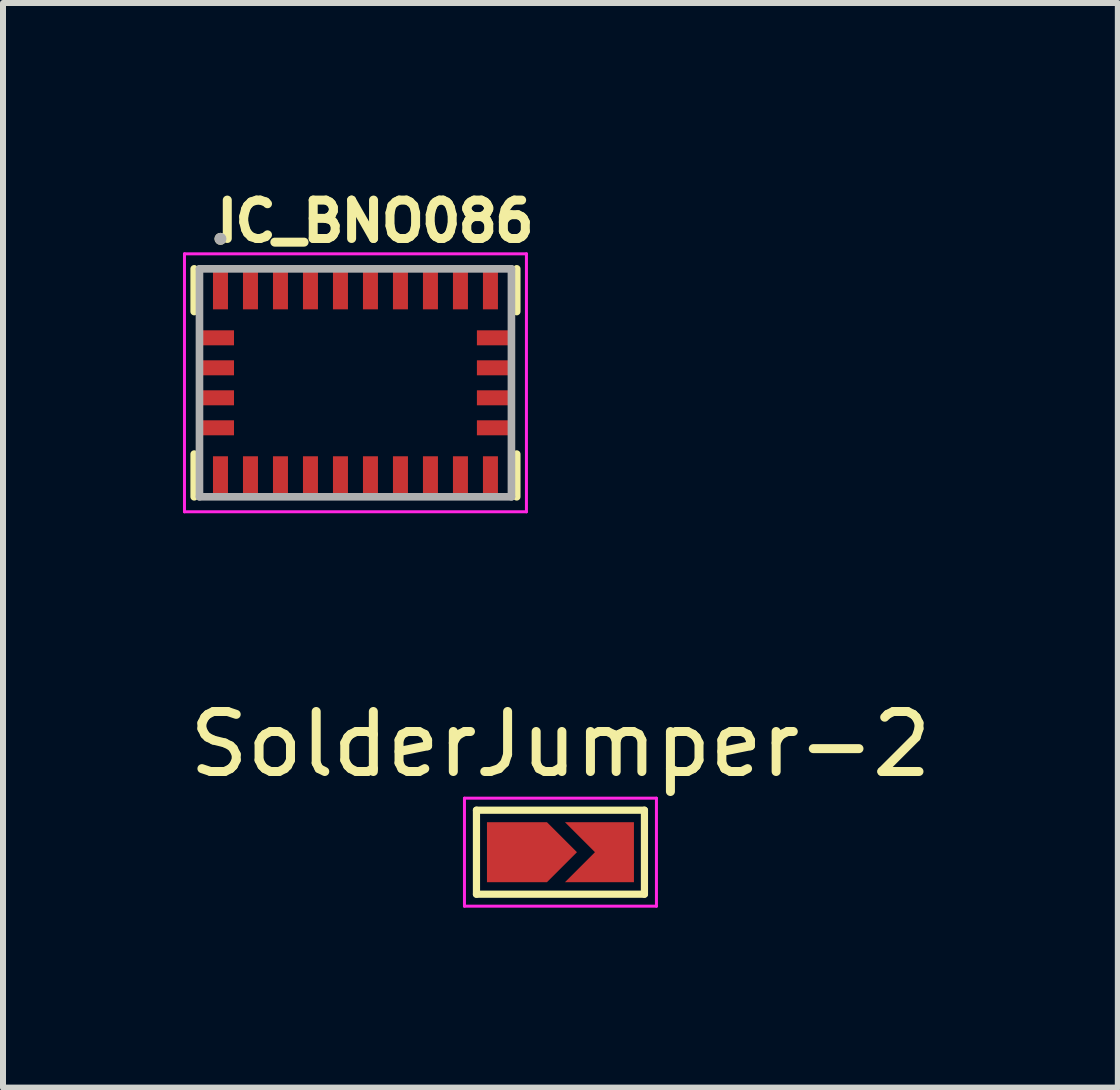
<source format=kicad_pcb>
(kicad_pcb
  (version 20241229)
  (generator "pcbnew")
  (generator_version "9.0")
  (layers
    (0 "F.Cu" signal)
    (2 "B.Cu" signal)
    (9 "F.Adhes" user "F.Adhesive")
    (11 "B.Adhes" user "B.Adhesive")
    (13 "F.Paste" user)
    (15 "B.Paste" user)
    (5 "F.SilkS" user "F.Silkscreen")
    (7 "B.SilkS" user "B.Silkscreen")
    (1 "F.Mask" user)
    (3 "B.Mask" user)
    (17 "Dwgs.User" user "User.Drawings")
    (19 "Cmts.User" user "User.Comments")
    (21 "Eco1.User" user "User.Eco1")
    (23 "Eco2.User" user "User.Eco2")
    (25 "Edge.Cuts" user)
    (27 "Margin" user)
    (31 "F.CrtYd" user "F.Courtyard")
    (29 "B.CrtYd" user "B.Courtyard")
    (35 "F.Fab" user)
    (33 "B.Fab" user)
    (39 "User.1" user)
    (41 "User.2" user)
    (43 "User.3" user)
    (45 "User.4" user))
  (footprint "SolderJumper-2"
    (layer "F.Cu")
    (at 6.292 11.155)
    (property "Reference" "SolderJumper-2" (at 0 -1.8 0) (layer "F.SilkS") (effects (font (size 1 1) (thickness 0.15))))
    (attr exclude_from_pos_files exclude_from_bom allow_soldermask_bridges)
    (fp_rect (start -1.225 -0.5) (end 1.225 0.5) (stroke (width 0) (type default)) (fill yes) (layer "F.Mask"))
    (fp_line (start -1.4 -0.7) (end 1.4 -0.7) (stroke (width 0.12) (type solid)) (layer "F.SilkS"))
    (fp_line (start -1.4 0.7) (end -1.4 -0.7) (stroke (width 0.12) (type solid)) (layer "F.SilkS"))
    (fp_line (start 1.4 -0.7) (end 1.4 0.7) (stroke (width 0.12) (type solid)) (layer "F.SilkS"))
    (fp_line (start 1.4 0.7) (end -1.4 0.7) (stroke (width 0.12) (type solid)) (layer "F.SilkS"))
    (fp_line (start -1.6 -0.9) (end -1.6 0.9) (stroke (width 0.05) (type solid)) (layer "F.CrtYd"))
    (fp_line (start -1.6 -0.9) (end 1.6 -0.9) (stroke (width 0.05) (type solid)) (layer "F.CrtYd"))
    (fp_line (start 1.6 0.9) (end -1.6 0.9) (stroke (width 0.05) (type solid)) (layer "F.CrtYd"))
    (fp_line (start 1.6 0.9) (end 1.6 -0.9) (stroke (width 0.05) (type solid)) (layer "F.CrtYd"))
    (pad "1" smd custom (at -0.725 0) (size 0.3 0.3) (layers "F.Cu" "F.Mask") (options (anchor rect)) (primitives (gr_poly (pts (xy 1 0) (xy 0.5 0.5) (xy -0.5 0.5) (xy -0.5 -0.5) (xy 0.5 -0.5)) (width 0) (fill yes))))
    (pad "2" smd custom (at 0.725 0) (size 0.3 0.3) (layers "F.Cu" "F.Mask") (options (anchor rect)) (primitives (gr_poly (pts (xy 0.5 0.5) (xy -0.65 0.5) (xy -0.15 0) (xy -0.65 -0.5) (xy 0.5 -0.5)) (width 0) (fill yes)))))
  (footprint "IC_BNO086"
    (layer "F.Cu")
    (at 2.875 3.331)
    (property "Reference" "IC_BNO086" (at 0.332 -2.694 0) (layer "F.SilkS") (effects (font (size 0.64 0.64) (thickness 0.15))))
    (attr smd)
    (fp_line (start -2.688 -1.9) (end -2.688 -1.188) (stroke (width 0.127) (type solid)) (layer "F.SilkS"))
    (fp_line (start -2.688 1.9) (end -2.688 1.188) (stroke (width 0.127) (type solid)) (layer "F.SilkS"))
    (fp_line (start 2.688 -1.9) (end 2.688 -1.188) (stroke (width 0.127) (type solid)) (layer "F.SilkS"))
    (fp_line (start 2.688 1.9) (end 2.688 1.188) (stroke (width 0.127) (type solid)) (layer "F.SilkS"))
    (fp_circle (center -2.25 -2.4) (end -2.2 -2.4) (stroke (width 0.1) (type solid)) (fill no) (layer "F.SilkS"))
    (fp_line (start -2.85 -2.15) (end 2.85 -2.15) (stroke (width 0.05) (type solid)) (layer "F.CrtYd"))
    (fp_line (start -2.85 2.15) (end -2.85 -2.15) (stroke (width 0.05) (type solid)) (layer "F.CrtYd"))
    (fp_line (start 2.85 -2.15) (end 2.85 2.15) (stroke (width 0.05) (type solid)) (layer "F.CrtYd"))
    (fp_line (start 2.85 2.15) (end -2.85 2.15) (stroke (width 0.05) (type solid)) (layer "F.CrtYd"))
    (fp_line (start -2.6 -1.9) (end 2.6 -1.9) (stroke (width 0.127) (type solid)) (layer "F.Fab"))
    (fp_line (start -2.6 1.9) (end -2.6 -1.9) (stroke (width 0.127) (type solid)) (layer "F.Fab"))
    (fp_line (start 2.6 -1.9) (end 2.6 1.9) (stroke (width 0.127) (type solid)) (layer "F.Fab"))
    (fp_line (start 2.6 1.9) (end -2.6 1.9) (stroke (width 0.127) (type solid)) (layer "F.Fab"))
    (fp_circle (center -2.25 -2.4) (end -2.2 -2.4) (stroke (width 0.1) (type solid)) (fill no) (layer "F.Fab"))
    (pad "1" smd rect (at -2.25 -1.562) (size 0.25 0.675) (layers "F.Cu" "F.Mask" "F.Paste"))
    (pad "2" smd rect (at -2.312 -0.75) (size 0.575 0.25) (layers "F.Cu" "F.Mask" "F.Paste"))
    (pad "3" smd rect (at -2.312 -0.25) (size 0.575 0.25) (layers "F.Cu" "F.Mask" "F.Paste"))
    (pad "4" smd rect (at -2.312 0.25) (size 0.575 0.25) (layers "F.Cu" "F.Mask" "F.Paste"))
    (pad "5" smd rect (at -2.312 0.75) (size 0.575 0.25) (layers "F.Cu" "F.Mask" "F.Paste"))
    (pad "6" smd rect (at -2.25 1.562) (size 0.25 0.675) (layers "F.Cu" "F.Mask" "F.Paste"))
    (pad "7" smd rect (at -1.75 1.562) (size 0.25 0.675) (layers "F.Cu" "F.Mask" "F.Paste"))
    (pad "8" smd rect (at -1.25 1.562) (size 0.25 0.675) (layers "F.Cu" "F.Mask" "F.Paste"))
    (pad "9" smd rect (at -0.75 1.562) (size 0.25 0.675) (layers "F.Cu" "F.Mask" "F.Paste"))
    (pad "10" smd rect (at -0.25 1.562) (size 0.25 0.675) (layers "F.Cu" "F.Mask" "F.Paste"))
    (pad "11" smd rect (at 0.25 1.562) (size 0.25 0.675) (layers "F.Cu" "F.Mask" "F.Paste"))
    (pad "12" smd rect (at 0.75 1.562) (size 0.25 0.675) (layers "F.Cu" "F.Mask" "F.Paste"))
    (pad "13" smd rect (at 1.25 1.562) (size 0.25 0.675) (layers "F.Cu" "F.Mask" "F.Paste"))
    (pad "14" smd rect (at 1.75 1.562) (size 0.25 0.675) (layers "F.Cu" "F.Mask" "F.Paste"))
    (pad "15" smd rect (at 2.25 1.562) (size 0.25 0.675) (layers "F.Cu" "F.Mask" "F.Paste"))
    (pad "16" smd rect (at 2.312 0.75) (size 0.575 0.25) (layers "F.Cu" "F.Mask" "F.Paste"))
    (pad "17" smd rect (at 2.312 0.25) (size 0.575 0.25) (layers "F.Cu" "F.Mask" "F.Paste"))
    (pad "18" smd rect (at 2.312 -0.25) (size 0.575 0.25) (layers "F.Cu" "F.Mask" "F.Paste"))
    (pad "19" smd rect (at 2.312 -0.75) (size 0.575 0.25) (layers "F.Cu" "F.Mask" "F.Paste"))
    (pad "20" smd rect (at 2.25 -1.562) (size 0.25 0.675) (layers "F.Cu" "F.Mask" "F.Paste"))
    (pad "21" smd rect (at 1.75 -1.562) (size 0.25 0.675) (layers "F.Cu" "F.Mask" "F.Paste"))
    (pad "22" smd rect (at 1.25 -1.562) (size 0.25 0.675) (layers "F.Cu" "F.Mask" "F.Paste"))
    (pad "23" smd rect (at 0.75 -1.562) (size 0.25 0.675) (layers "F.Cu" "F.Mask" "F.Paste"))
    (pad "24" smd rect (at 0.25 -1.562) (size 0.25 0.675) (layers "F.Cu" "F.Mask" "F.Paste"))
    (pad "25" smd rect (at -0.25 -1.562) (size 0.25 0.675) (layers "F.Cu" "F.Mask" "F.Paste"))
    (pad "26" smd rect (at -0.75 -1.562) (size 0.25 0.675) (layers "F.Cu" "F.Mask" "F.Paste"))
    (pad "27" smd rect (at -1.25 -1.562) (size 0.25 0.675) (layers "F.Cu" "F.Mask" "F.Paste"))
    (pad "28" smd rect (at -1.75 -1.562) (size 0.25 0.675) (layers "F.Cu" "F.Mask" "F.Paste")))
  (gr_rect
    (start -3 -3)
    (end 15.583 15.079)
    (stroke (width 0.1) (type default))
    (fill no)
    (layer "Edge.Cuts")))
</source>
